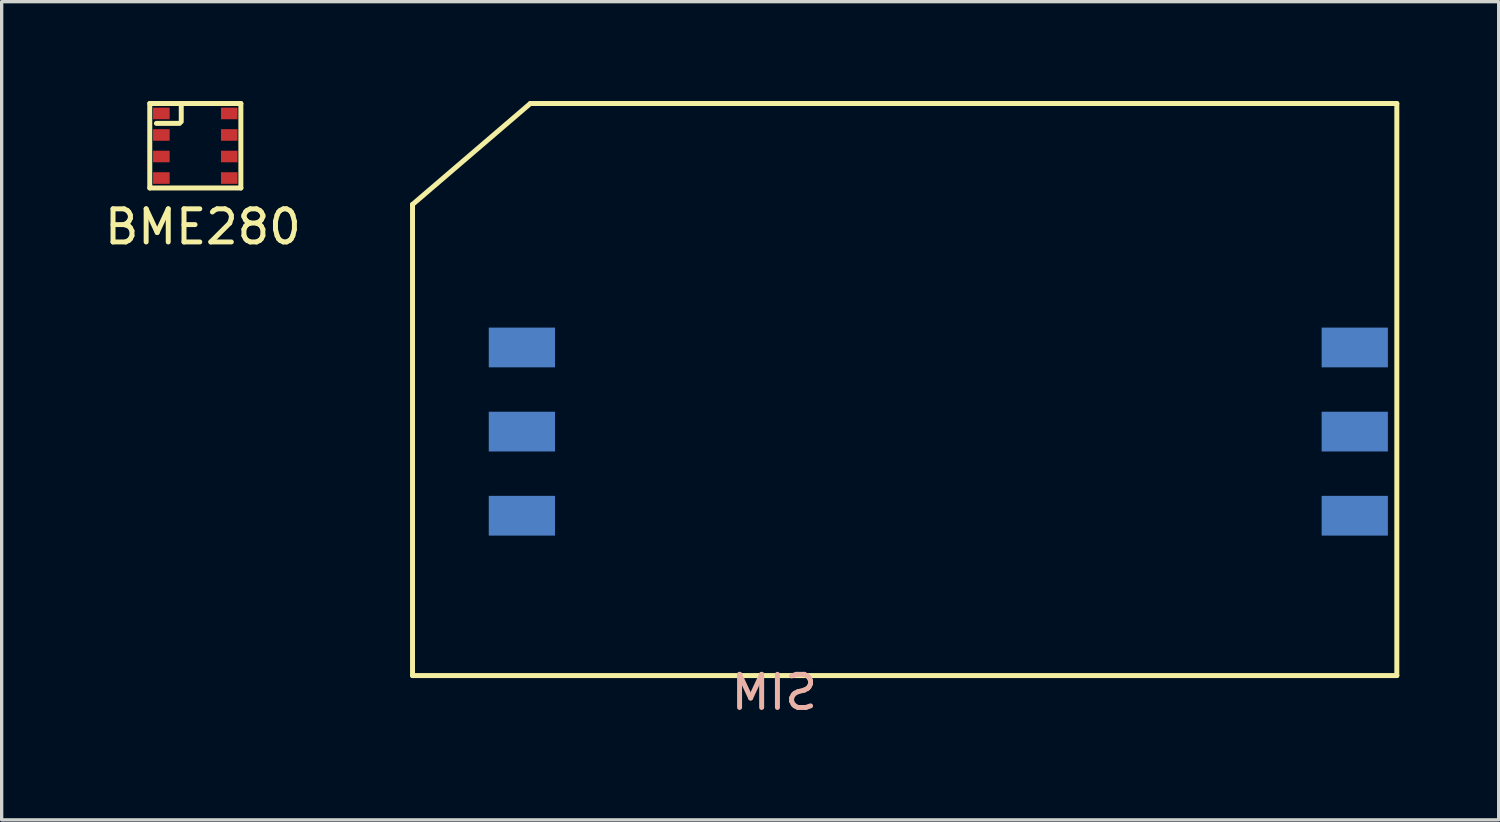
<source format=kicad_pcb>
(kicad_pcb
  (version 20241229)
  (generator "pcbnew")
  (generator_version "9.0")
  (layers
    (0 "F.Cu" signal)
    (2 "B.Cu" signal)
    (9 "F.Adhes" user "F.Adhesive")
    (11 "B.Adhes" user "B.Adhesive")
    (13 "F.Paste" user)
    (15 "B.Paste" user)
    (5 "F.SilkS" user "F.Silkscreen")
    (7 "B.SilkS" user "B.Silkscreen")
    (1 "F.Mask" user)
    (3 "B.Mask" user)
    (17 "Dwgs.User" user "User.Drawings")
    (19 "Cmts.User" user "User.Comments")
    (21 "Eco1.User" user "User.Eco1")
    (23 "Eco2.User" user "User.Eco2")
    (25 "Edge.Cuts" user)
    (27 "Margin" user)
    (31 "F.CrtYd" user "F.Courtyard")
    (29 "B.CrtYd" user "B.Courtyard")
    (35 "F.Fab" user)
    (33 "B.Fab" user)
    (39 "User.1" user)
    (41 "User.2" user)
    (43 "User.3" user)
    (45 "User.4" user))
  (footprint "BME280"
    (layer "F.Cu")
    (at 3.622 0.375)
    (property "Reference" "BME280" (at -0.545 3.425 0) (layer "F.SilkS") (effects (font (size 1 1) (thickness 0.15))))
    (attr through_hole)
    (fp_line (start -2.15 -0.3) (end -2.15 2.25) (stroke (width 0.15) (type solid)) (layer "F.SilkS"))
    (fp_line (start -2.15 2.25) (end 0.6 2.25) (stroke (width 0.15) (type solid)) (layer "F.SilkS"))
    (fp_line (start -1.95 0.3) (end -1.25 0.3) (stroke (width 0.15) (type solid)) (layer "F.SilkS"))
    (fp_line (start -1.2 -0.25) (end -1.2 0.25) (stroke (width 0.15) (type solid)) (layer "F.SilkS"))
    (fp_line (start 0.6 -0.3) (end -2.15 -0.3) (stroke (width 0.15) (type solid)) (layer "F.SilkS"))
    (fp_line (start 0.6 2.25) (end 0.6 -0.3) (stroke (width 0.15) (type solid)) (layer "F.SilkS"))
    (pad "1" smd rect (at -1.8 0) (size 0.5 0.35) (layers "F.Cu" "F.Mask" "F.Paste"))
    (pad "2" smd rect (at -1.8 0.65) (size 0.5 0.35) (layers "F.Cu" "F.Mask" "F.Paste"))
    (pad "3" smd rect (at -1.8 1.3) (size 0.5 0.35) (layers "F.Cu" "F.Mask" "F.Paste"))
    (pad "4" smd rect (at -1.8 1.95) (size 0.5 0.35) (layers "F.Cu" "F.Mask" "F.Paste"))
    (pad "5" smd rect (at 0.25 1.95) (size 0.5 0.35) (layers "F.Cu" "F.Mask" "F.Paste"))
    (pad "6" smd rect (at 0.25 1.3) (size 0.5 0.35) (layers "F.Cu" "F.Mask" "F.Paste"))
    (pad "7" smd rect (at 0.25 0.65) (size 0.5 0.35) (layers "F.Cu" "F.Mask" "F.Paste"))
    (pad "8" smd rect (at 0.25 0) (size 0.5 0.35) (layers "F.Cu" "F.Mask" "F.Paste")))
  (footprint "SIM"
    (layer "F.Cu")
    (at 9.405 17.347)
    (property "Reference" "SIM" (at 10.922 0.508 0) (layer "B.SilkS") (effects (font (size 1 1) (thickness 0.15)) (justify mirror)))
    (attr through_hole)
    (fp_line (start 0 -14.224) (end 0 0) (stroke (width 0.15) (type solid)) (layer "F.SilkS"))
    (fp_line (start 0 -14.224) (end 3.556 -17.272) (stroke (width 0.15) (type solid)) (layer "F.SilkS"))
    (fp_line (start 3.556 -17.272) (end 29.718 -17.272) (stroke (width 0.15) (type solid)) (layer "F.SilkS"))
    (fp_line (start 29.718 -17.272) (end 29.718 0) (stroke (width 0.15) (type solid)) (layer "F.SilkS"))
    (fp_line (start 29.718 0) (end 0 0) (stroke (width 0.15) (type solid)) (layer "F.SilkS"))
    (pad "1" smd rect (at 3.302 -9.906) (size 2 1.2) (layers "B.Cu" "B.Mask" "B.Paste"))
    (pad "2" smd rect (at 3.302 -7.366) (size 2 1.2) (layers "B.Cu" "B.Mask" "B.Paste"))
    (pad "3" smd rect (at 3.302 -4.826) (size 2 1.2) (layers "B.Cu" "B.Mask" "B.Paste"))
    (pad "4" smd rect (at 28.448 -4.826) (size 2 1.2) (layers "B.Cu" "B.Mask" "B.Paste"))
    (pad "5" smd rect (at 28.448 -7.366) (size 2 1.2) (layers "B.Cu" "B.Mask" "B.Paste"))
    (pad "6" smd rect (at 28.448 -9.906) (size 2 1.2) (layers "B.Cu" "B.Mask" "B.Paste")))
  (gr_rect
    (start -3 -3)
    (end 42.198 21.703)
    (stroke (width 0.1) (type default))
    (fill no)
    (layer "Edge.Cuts")))
</source>
